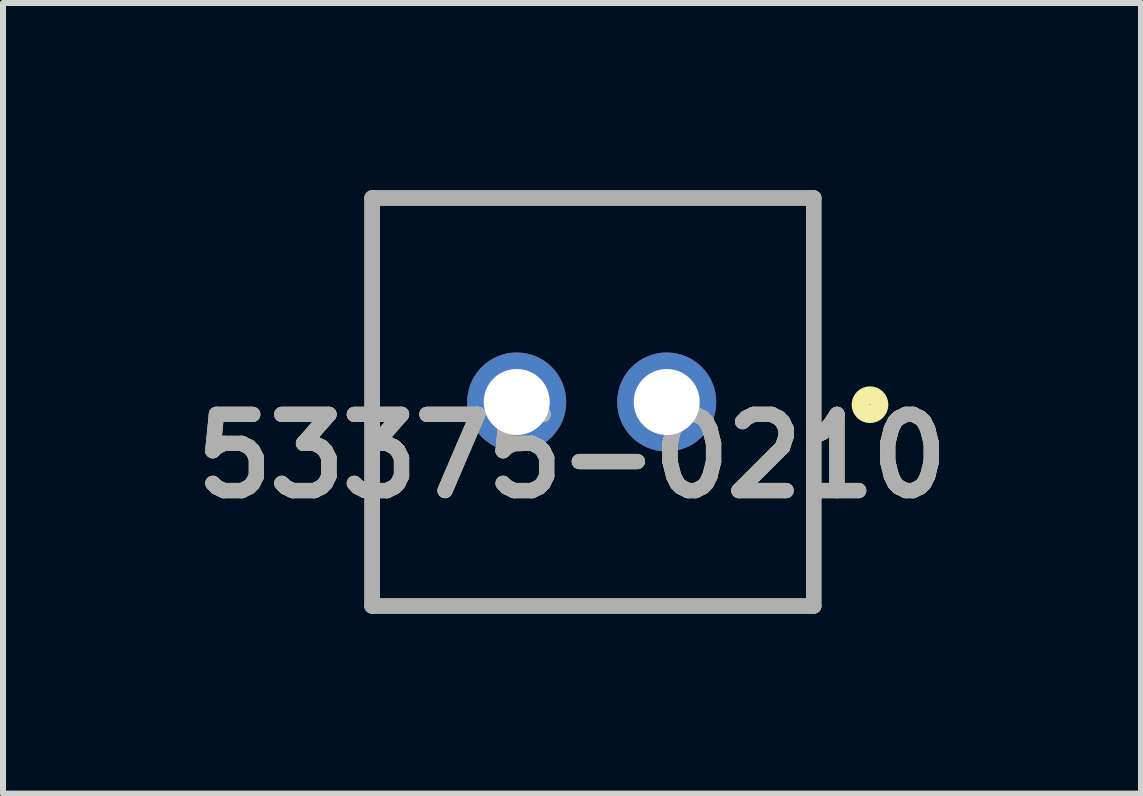
<source format=kicad_pcb>
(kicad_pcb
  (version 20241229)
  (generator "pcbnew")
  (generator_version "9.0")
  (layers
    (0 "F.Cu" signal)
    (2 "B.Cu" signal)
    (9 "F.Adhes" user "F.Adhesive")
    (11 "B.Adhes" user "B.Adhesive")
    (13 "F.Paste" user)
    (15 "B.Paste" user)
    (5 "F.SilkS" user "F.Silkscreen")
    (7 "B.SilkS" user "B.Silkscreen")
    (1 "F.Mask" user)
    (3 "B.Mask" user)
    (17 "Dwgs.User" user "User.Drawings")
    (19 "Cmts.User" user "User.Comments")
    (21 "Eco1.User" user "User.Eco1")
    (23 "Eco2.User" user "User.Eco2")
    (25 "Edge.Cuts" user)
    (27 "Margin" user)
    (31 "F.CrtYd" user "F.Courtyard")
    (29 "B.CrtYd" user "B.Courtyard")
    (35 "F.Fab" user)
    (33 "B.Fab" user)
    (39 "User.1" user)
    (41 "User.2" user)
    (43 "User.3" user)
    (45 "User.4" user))
  (footprint "53375-0210"
    (layer "F.Cu")
    (at 6.832 0.25)
    (property "Reference" "53375-0210" (at -0.348 4.302 0) (layer "F.SilkS") (effects (font (size 1.27 1.27) (thickness 0.254))))
    (attr through_hole)
    (fp_line (start -3.68 0) (end -3.68 6.8) (stroke (width 0.254) (type solid)) (layer "F.SilkS"))
    (fp_line (start -3.68 6.8) (end 3.68 6.8) (stroke (width 0.254) (type solid)) (layer "F.SilkS"))
    (fp_line (start 3.68 0) (end -3.68 0) (stroke (width 0.254) (type solid)) (layer "F.SilkS"))
    (fp_line (start 3.68 6.8) (end 3.68 0) (stroke (width 0.254) (type solid)) (layer "F.SilkS"))
    (fp_circle (center 4.618 3.445) (end 4.618 3.601) (stroke (width 0.3) (type solid)) (fill no) (layer "F.SilkS"))
    (fp_line (start -3.68 0) (end 3.68 0) (stroke (width 0.254) (type solid)) (layer "F.Fab"))
    (fp_line (start -3.68 6.8) (end -3.68 0) (stroke (width 0.254) (type solid)) (layer "F.Fab"))
    (fp_line (start 3.68 0) (end 3.68 6.8) (stroke (width 0.254) (type solid)) (layer "F.Fab"))
    (fp_line (start 3.68 6.8) (end -3.68 6.8) (stroke (width 0.254) (type solid)) (layer "F.Fab"))
    (fp_text user "${REFERENCE}" (at -0.348 4.302 0) (layer "F.Fab") (effects (font (size 1.27 1.27) (thickness 0.254))))
    (pad "" np_thru_hole circle (at 2.83 5.6) (size 0.001 0.001) (drill 1.25) (layers "*.Cu" "*.Mask"))
    (pad "1" thru_hole circle (at 1.23 3.4) (size 1.65 1.65) (drill 1.1) (layers "*.Cu" "*.Mask"))
    (pad "2" thru_hole circle (at -1.27 3.4) (size 1.65 1.65) (drill 1.1) (layers "*.Cu" "*.Mask")))
  (gr_rect
    (start -3 -3)
    (end 15.966 10.177)
    (stroke (width 0.1) (type default))
    (fill no)
    (layer "Edge.Cuts")))
</source>
